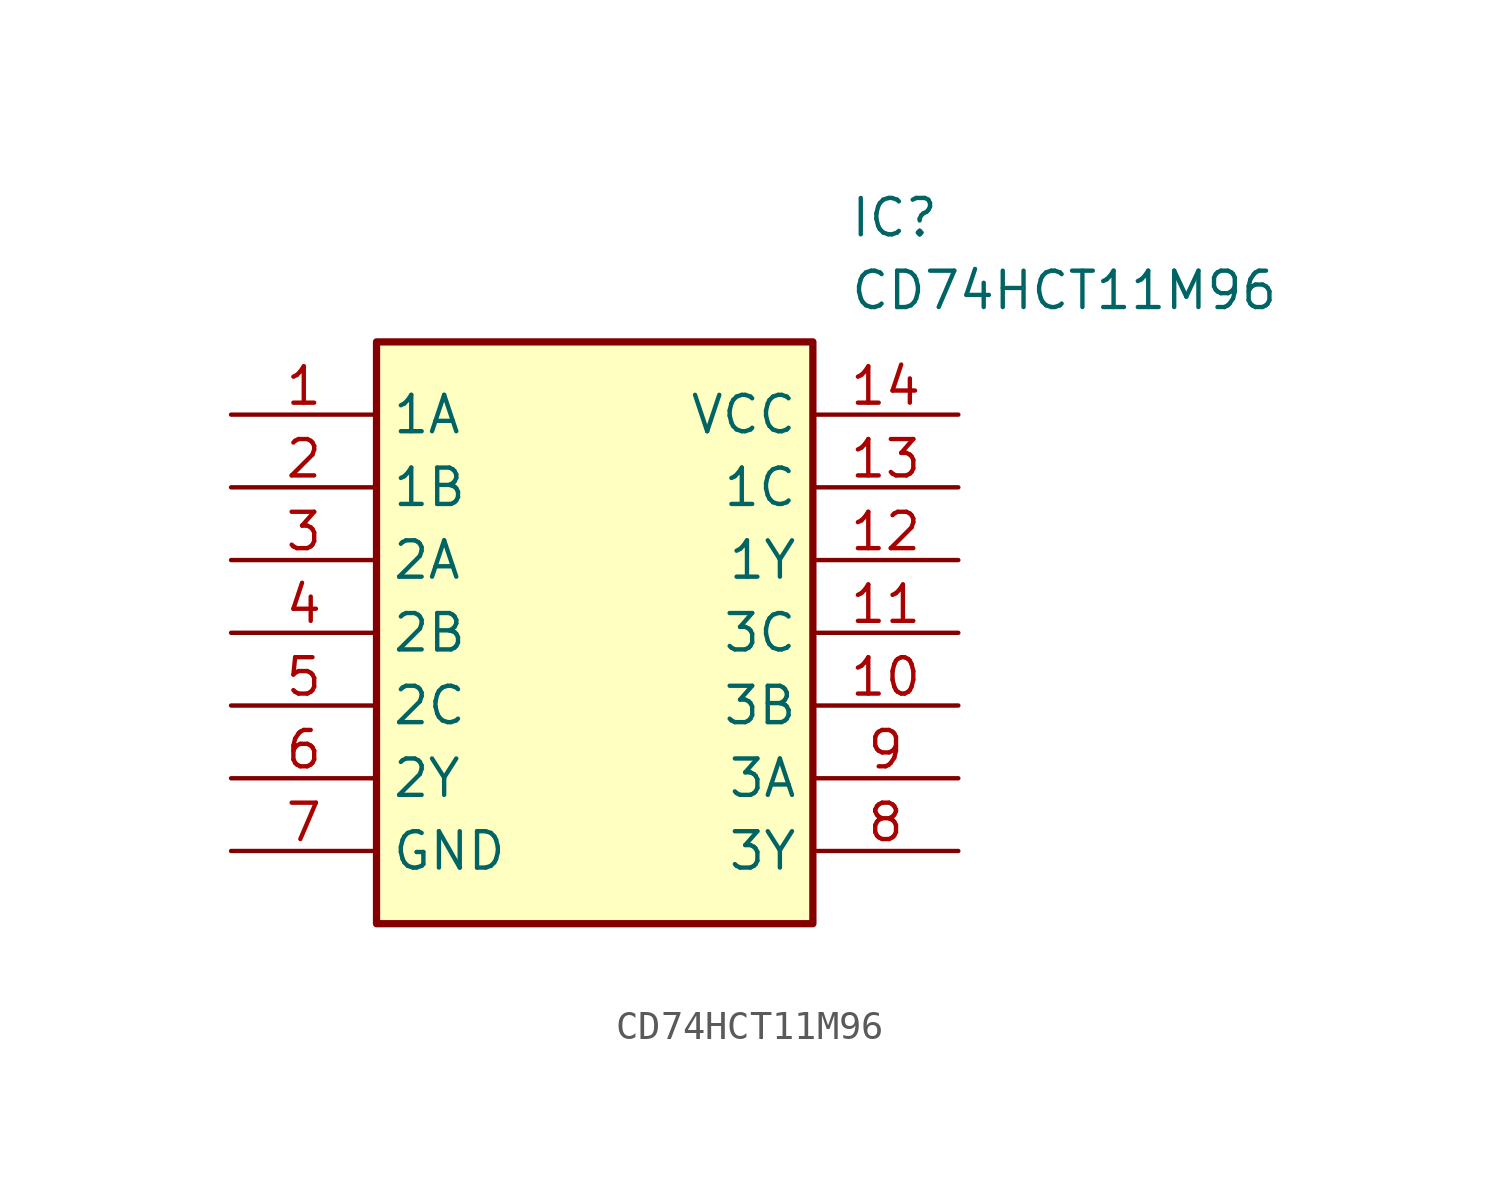
<source format=kicad_sym>
(kicad_symbol_lib
  (version 20211014)
  (generator SamacSys_ECAD_Model)
  (symbol "CD74HCT11M96"
    (property "Reference" "IC"
      (at 21.59 7.62 0)
      (effects (font (size 1.27 1.27)) (justify left top)))
    (property "Value" "CD74HCT11M96"
      (at 21.59 5.08 0)
      (effects (font (size 1.27 1.27)) (justify left top)))
    (rectangle
      (start 5.08 2.54)
      (end 20.32 -17.78)
      (stroke (width 0.254) (type default))
      (fill (type background)))
    (pin passive line
      (at 0 0 0)
      (length 5.08)
      (name "1A" (effects (font (size 1.27 1.27))))
      (number "1" (effects (font (size 1.27 1.27)))))
    (pin passive line
      (at 0 -2.54 0)
      (length 5.08)
      (name "1B" (effects (font (size 1.27 1.27))))
      (number "2" (effects (font (size 1.27 1.27)))))
    (pin passive line
      (at 0 -5.08 0)
      (length 5.08)
      (name "2A" (effects (font (size 1.27 1.27))))
      (number "3" (effects (font (size 1.27 1.27)))))
    (pin passive line
      (at 0 -7.62 0)
      (length 5.08)
      (name "2B" (effects (font (size 1.27 1.27))))
      (number "4" (effects (font (size 1.27 1.27)))))
    (pin passive line
      (at 0 -10.16 0)
      (length 5.08)
      (name "2C" (effects (font (size 1.27 1.27))))
      (number "5" (effects (font (size 1.27 1.27)))))
    (pin passive line
      (at 0 -12.7 0)
      (length 5.08)
      (name "2Y" (effects (font (size 1.27 1.27))))
      (number "6" (effects (font (size 1.27 1.27)))))
    (pin passive line
      (at 0 -15.24 0)
      (length 5.08)
      (name "GND" (effects (font (size 1.27 1.27))))
      (number "7" (effects (font (size 1.27 1.27)))))
    (pin passive line
      (at 25.4 0 180)
      (length 5.08)
      (name "VCC" (effects (font (size 1.27 1.27))))
      (number "14" (effects (font (size 1.27 1.27)))))
    (pin passive line
      (at 25.4 -2.54 180)
      (length 5.08)
      (name "1C" (effects (font (size 1.27 1.27))))
      (number "13" (effects (font (size 1.27 1.27)))))
    (pin passive line
      (at 25.4 -5.08 180)
      (length 5.08)
      (name "1Y" (effects (font (size 1.27 1.27))))
      (number "12" (effects (font (size 1.27 1.27)))))
    (pin passive line
      (at 25.4 -7.62 180)
      (length 5.08)
      (name "3C" (effects (font (size 1.27 1.27))))
      (number "11" (effects (font (size 1.27 1.27)))))
    (pin passive line
      (at 25.4 -10.16 180)
      (length 5.08)
      (name "3B" (effects (font (size 1.27 1.27))))
      (number "10" (effects (font (size 1.27 1.27)))))
    (pin passive line
      (at 25.4 -12.7 180)
      (length 5.08)
      (name "3A" (effects (font (size 1.27 1.27))))
      (number "9" (effects (font (size 1.27 1.27)))))
    (pin passive line
      (at 25.4 -15.24 180)
      (length 5.08)
      (name "3Y" (effects (font (size 1.27 1.27))))
      (number "8" (effects (font (size 1.27 1.27)))))))
</source>
